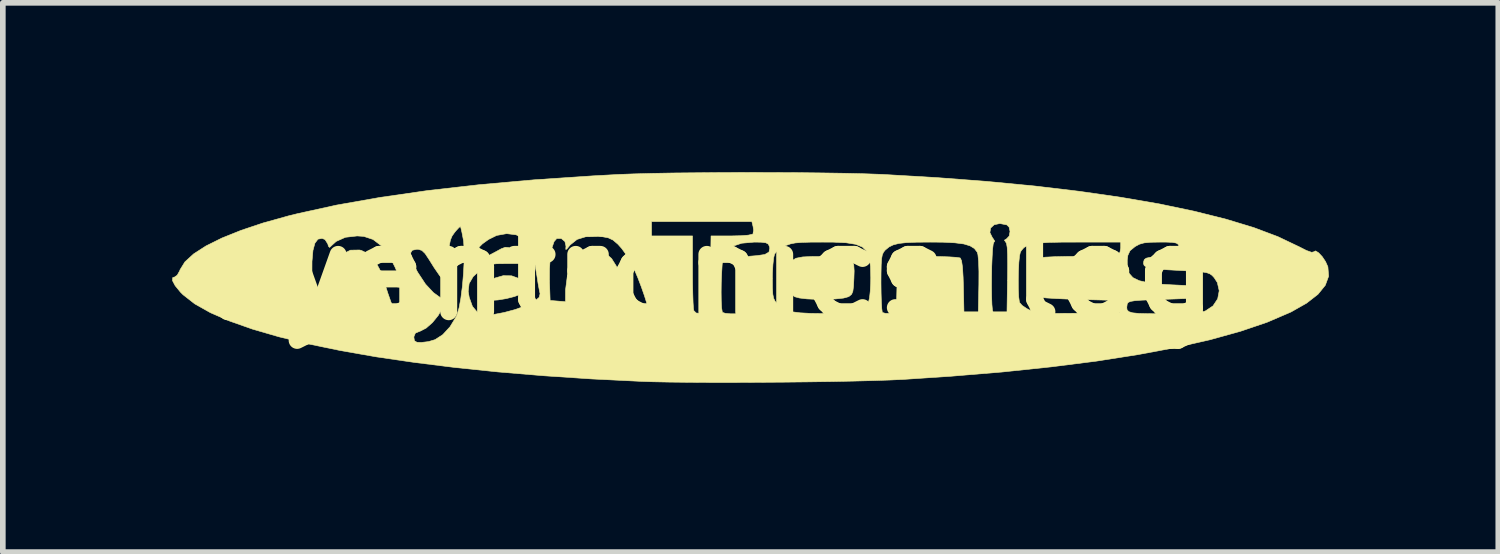
<source format=kicad_pcb>
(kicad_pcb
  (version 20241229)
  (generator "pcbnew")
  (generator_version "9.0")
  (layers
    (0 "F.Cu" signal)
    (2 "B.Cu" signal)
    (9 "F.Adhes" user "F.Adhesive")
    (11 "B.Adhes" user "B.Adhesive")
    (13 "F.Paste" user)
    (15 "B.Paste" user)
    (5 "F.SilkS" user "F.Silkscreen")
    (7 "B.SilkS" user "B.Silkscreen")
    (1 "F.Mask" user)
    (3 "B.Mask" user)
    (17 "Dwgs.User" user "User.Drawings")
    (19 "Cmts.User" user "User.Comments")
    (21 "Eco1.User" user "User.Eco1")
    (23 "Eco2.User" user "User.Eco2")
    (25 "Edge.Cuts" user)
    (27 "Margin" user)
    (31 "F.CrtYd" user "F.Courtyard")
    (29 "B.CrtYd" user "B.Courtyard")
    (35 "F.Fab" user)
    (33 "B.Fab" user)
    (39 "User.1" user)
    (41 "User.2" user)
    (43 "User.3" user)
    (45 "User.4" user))
  (footprint "nyantronics_logo"
    (layer "F.Cu")
    (at 10.232 1.782)
    (property "Reference" "nyantronics_logo" (at 0 0 0) (layer "F.SilkS") (effects (font (size 1.524 1.524) (thickness 0.3))))
    (attr through_hole)
    (fp_poly (pts (xy -4.221 0.053) (xy -4.098 0.098) (xy -4.077 0.113) (xy -4.04 0.183) (xy -4.035 0.269) (xy -4.056 0.351) (xy -4.114 0.399) (xy -4.173 0.421) (xy -4.315 0.457) (xy -4.462 0.481) (xy -4.588 0.489) (xy -4.651 0.483) (xy -4.718 0.438) (xy -4.735 0.363) (xy -4.706 0.271) (xy -4.638 0.179) (xy -4.536 0.103) (xy -4.514 0.092) (xy -4.37 0.051) (xy -4.221 0.053)) (stroke (width 0.01) (type solid)) (fill yes) (layer "F.SilkS"))
    (fp_poly (pts (xy 1.5 -0.289) (xy 1.653 -0.28) (xy 1.754 -0.258) (xy 1.813 -0.213) (xy 1.84 -0.141) (xy 1.847 -0.033) (xy 1.843 0.091) (xy 1.836 0.236) (xy 1.824 0.327) (xy 1.802 0.38) (xy 1.765 0.412) (xy 1.742 0.425) (xy 1.657 0.448) (xy 1.52 0.463) (xy 1.353 0.47) (xy 1.176 0.47) (xy 1.01 0.462) (xy 0.876 0.446) (xy 0.798 0.425) (xy 0.751 0.395) (xy 0.723 0.351) (xy 0.707 0.276) (xy 0.699 0.152) (xy 0.697 0.108) (xy 0.694 -0.038) (xy 0.707 -0.144) (xy 0.745 -0.215) (xy 0.817 -0.258) (xy 0.935 -0.281) (xy 1.107 -0.289) (xy 1.285 -0.29) (xy 1.5 -0.289)) (stroke (width 0.01) (type solid)) (fill yes) (layer "F.SilkS"))
    (fp_poly (pts (xy 0.407 -1.776) (xy 0.851 -1.774) (xy 1.274 -1.769) (xy 1.663 -1.763) (xy 2.006 -1.755) (xy 2.292 -1.745) (xy 2.362 -1.742) (xy 3.302 -1.687) (xy 4.195 -1.619) (xy 5.039 -1.538) (xy 5.831 -1.444) (xy 6.568 -1.338) (xy 7.249 -1.221) (xy 7.87 -1.091) (xy 8.43 -0.951) (xy 8.925 -0.801) (xy 9.353 -0.64) (xy 9.712 -0.469) (xy 9.713 -0.469) (xy 9.859 -0.395) (xy 9.95 -0.363) (xy 9.988 -0.371) (xy 9.989 -0.373) (xy 10.02 -0.388) (xy 10.074 -0.354) (xy 10.138 -0.286) (xy 10.196 -0.199) (xy 10.238 -0.106) (xy 10.238 -0.104) (xy 10.251 0.06) (xy 10.192 0.221) (xy 10.062 0.381) (xy 9.86 0.538) (xy 9.588 0.692) (xy 9.562 0.704) (xy 9.161 0.876) (xy 8.689 1.036) (xy 8.149 1.186) (xy 7.542 1.324) (xy 6.869 1.45) (xy 6.134 1.565) (xy 5.336 1.666) (xy 4.479 1.756) (xy 3.563 1.832) (xy 2.721 1.888) (xy 2.484 1.899) (xy 2.185 1.909) (xy 1.836 1.918) (xy 1.448 1.926) (xy 1.032 1.932) (xy 0.599 1.937) (xy 0.161 1.94) (xy -0.271 1.942) (xy -0.686 1.942) (xy -1.073 1.94) (xy -1.421 1.936) (xy -1.719 1.93) (xy -1.923 1.923) (xy -2.8 1.88) (xy -3.643 1.824) (xy -4.449 1.757) (xy -5.214 1.678) (xy -5.937 1.588) (xy -6.614 1.489) (xy -7.243 1.379) (xy -7.82 1.26) (xy -8.343 1.133) (xy -8.808 0.998) (xy -9.214 0.855) (xy -9.556 0.706) (xy -9.833 0.55) (xy -10.04 0.388) (xy -10.085 0.343) (xy -10.18 0.227) (xy -10.227 0.138) (xy -10.223 0.085) (xy -10.185 0.073) (xy -10.165 0.058) (xy -7.757 0.058) (xy -7.757 0.065) (xy -7.747 0.49) (xy -7.62 0.49) (xy -7.535 0.484) (xy -7.503 0.456) (xy -7.503 0.399) (xy -7.498 0.255) (xy -7.461 0.082) (xy -7.401 -0.086) (xy -7.344 -0.193) (xy -7.22 -0.33) (xy -7.074 -0.401) (xy -6.914 -0.404) (xy -6.883 -0.397) (xy -6.755 -0.336) (xy -6.648 -0.225) (xy -6.555 -0.057) (xy -6.478 0.156) (xy -6.41 0.368) (xy -6.356 0.521) (xy -6.31 0.623) (xy -6.266 0.684) (xy -6.218 0.715) (xy -6.16 0.725) (xy -6.14 0.726) (xy -6.056 0.721) (xy -6.026 0.693) (xy -6.031 0.622) (xy -6.034 0.608) (xy -6.069 0.464) (xy -6.129 0.282) (xy -6.205 0.084) (xy -6.287 -0.104) (xy -6.365 -0.258) (xy -6.396 -0.309) (xy -6.423 -0.343) (xy -6.014 -0.343) (xy -5.998 -0.243) (xy -5.933 -0.097) (xy -5.881 -0.005) (xy -5.745 0.201) (xy -5.605 0.351) (xy -5.459 0.456) (xy -5.418 0.489) (xy -5.413 0.534) (xy -5.443 0.617) (xy -5.444 0.619) (xy -5.519 0.754) (xy -5.622 0.881) (xy -5.735 0.98) (xy -5.84 1.034) (xy -5.844 1.035) (xy -5.924 1.067) (xy -5.95 1.129) (xy -5.951 1.146) (xy -5.941 1.205) (xy -5.897 1.23) (xy -5.823 1.234) (xy -5.694 1.219) (xy -5.576 1.184) (xy -5.44 1.096) (xy -5.311 0.956) (xy -5.205 0.782) (xy -5.188 0.744) (xy -5.151 0.623) (xy -5.119 0.449) (xy -5.104 0.329) (xy -4.989 0.329) (xy -4.971 0.436) (xy -4.914 0.595) (xy -4.828 0.697) (xy -4.753 0.738) (xy -4.664 0.748) (xy -4.525 0.736) (xy -4.352 0.703) (xy -4.165 0.653) (xy -4.157 0.651) (xy -3.959 0.579) (xy -3.816 0.506) (xy -3.733 0.436) (xy -3.716 0.371) (xy -3.716 0.371) (xy -3.73 0.305) (xy -3.751 0.191) (xy -3.758 0.145) (xy -3.55 0.145) (xy -3.538 0.49) (xy -3.402 0.501) (xy -3.266 0.512) (xy -3.265 0.302) (xy -3.233 0.055) (xy -3.141 -0.16) (xy -3.032 -0.297) (xy -2.91 -0.386) (xy -2.778 -0.41) (xy -2.67 -0.392) (xy -2.549 -0.341) (xy -2.449 -0.252) (xy -2.363 -0.115) (xy -2.283 0.08) (xy -2.244 0.199) (xy -2.179 0.404) (xy -2.125 0.549) (xy -2.077 0.644) (xy -2.028 0.698) (xy -1.972 0.722) (xy -1.924 0.726) (xy -1.842 0.716) (xy -1.799 0.694) (xy -1.8 0.644) (xy -1.825 0.542) (xy -1.868 0.405) (xy -1.923 0.248) (xy -1.985 0.086) (xy -2.05 -0.066) (xy -2.096 -0.163) (xy -2.176 -0.301) (xy -2.27 -0.431) (xy -2.337 -0.506) (xy -2.424 -0.58) (xy -2.509 -0.62) (xy -2.622 -0.641) (xy -2.685 -0.646) (xy -2.897 -0.642) (xy -3.06 -0.592) (xy -3.182 -0.495) (xy -3.195 -0.479) (xy -3.244 -0.419) (xy -3.261 -0.415) (xy -3.258 -0.464) (xy -3.257 -0.47) (xy -3.276 -0.554) (xy -3.339 -0.607) (xy -3.421 -0.607) (xy -3.468 -0.553) (xy -3.507 -0.439) (xy -3.535 -0.276) (xy -3.549 -0.076) (xy -3.55 0.145) (xy -3.758 0.145) (xy -3.772 0.055) (xy -3.772 0.054) (xy -3.811 -0.175) (xy -3.851 -0.344) (xy -3.896 -0.466) (xy -3.952 -0.553) (xy -3.999 -0.6) (xy -4.14 -0.673) (xy -4.308 -0.694) (xy -4.485 -0.662) (xy -4.627 -0.592) (xy -4.736 -0.514) (xy -4.793 -0.457) (xy -4.808 -0.407) (xy -4.798 -0.366) (xy -4.761 -0.303) (xy -4.703 -0.285) (xy -4.611 -0.314) (xy -4.511 -0.367) (xy -4.403 -0.426) (xy -4.333 -0.452) (xy -4.278 -0.448) (xy -4.215 -0.42) (xy -4.128 -0.35) (xy -4.073 -0.264) (xy -4.038 -0.163) (xy -4.332 -0.163) (xy -4.484 -0.161) (xy -4.586 -0.15) (xy -4.661 -0.125) (xy -4.733 -0.081) (xy -4.765 -0.058) (xy -4.901 0.067) (xy -4.973 0.19) (xy -4.989 0.329) (xy -5.104 0.329) (xy -5.092 0.241) (xy -5.073 0.016) (xy -5.061 -0.205) (xy -5.06 -0.404) (xy -5.071 -0.562) (xy -5.077 -0.596) (xy -5.099 -0.711) (xy -5.118 -0.793) (xy -5.127 -0.821) (xy -5.153 -0.802) (xy -5.207 -0.743) (xy -5.23 -0.715) (xy -5.275 -0.651) (xy -5.304 -0.581) (xy -5.323 -0.486) (xy -5.336 -0.348) (xy -5.342 -0.244) (xy -5.352 -0.09) (xy -5.365 0.036) (xy -5.379 0.117) (xy -5.386 0.137) (xy -5.425 0.127) (xy -5.493 0.052) (xy -5.591 -0.09) (xy -5.681 -0.234) (xy -5.752 -0.341) (xy -5.809 -0.396) (xy -5.872 -0.416) (xy -5.899 -0.417) (xy -5.981 -0.399) (xy -6.014 -0.343) (xy -6.423 -0.343) (xy -6.532 -0.482) (xy -6.675 -0.591) (xy -6.838 -0.645) (xy -6.956 -0.653) (xy -7.165 -0.629) (xy -7.328 -0.556) (xy -7.404 -0.487) (xy -7.444 -0.449) (xy -7.465 -0.471) (xy -7.476 -0.512) (xy -7.525 -0.589) (xy -7.577 -0.61) (xy -7.65 -0.596) (xy -7.704 -0.525) (xy -7.739 -0.396) (xy -7.756 -0.202) (xy -7.757 0.058) (xy -10.165 0.058) (xy -10.143 0.042) (xy -10.1 -0.034) (xy -10.093 -0.054) (xy -10.007 -0.193) (xy -9.852 -0.335) (xy -9.633 -0.476) (xy -9.351 -0.616) (xy -9.012 -0.752) (xy -8.618 -0.884) (xy -8.533 -0.907) (xy -1.742 -0.907) (xy -1.742 -0.653) (xy -1.016 -0.653) (xy -1.016 -0.021) (xy -1.015 0.189) (xy -1.011 0.377) (xy -1.006 0.529) (xy -0.999 0.632) (xy -0.993 0.67) (xy -0.951 0.712) (xy -0.86 0.72) (xy -0.839 0.719) (xy -0.708 0.708) (xy -0.702 0.345) (xy -0.509 0.345) (xy -0.507 0.499) (xy -0.501 0.62) (xy -0.489 0.691) (xy -0.484 0.702) (xy -0.434 0.718) (xy -0.346 0.726) (xy -0.339 0.726) (xy -0.218 0.726) (xy -0.217 0.318) (xy -0.216 0.102) (xy 0.399 0.102) (xy 0.4 0.268) (xy 0.406 0.379) (xy 0.421 0.452) (xy 0.447 0.504) (xy 0.489 0.552) (xy 0.495 0.558) (xy 0.566 0.618) (xy 0.647 0.662) (xy 0.751 0.691) (xy 0.891 0.709) (xy 1.08 0.719) (xy 1.288 0.722) (xy 1.497 0.721) (xy 1.649 0.715) (xy 1.761 0.702) (xy 1.848 0.68) (xy 1.911 0.655) (xy 2.013 0.598) (xy 2.087 0.534) (xy 2.102 0.513) (xy 2.119 0.447) (xy 2.132 0.327) (xy 2.14 0.175) (xy 2.322 0.175) (xy 2.324 0.36) (xy 2.329 0.517) (xy 2.336 0.634) (xy 2.345 0.697) (xy 2.348 0.703) (xy 2.399 0.718) (xy 2.484 0.718) (xy 2.594 0.708) (xy 2.605 0.256) (xy 2.612 0.071) (xy 2.624 -0.083) (xy 2.639 -0.193) (xy 2.654 -0.243) (xy 2.694 -0.264) (xy 2.778 -0.278) (xy 2.915 -0.286) (xy 3.113 -0.29) (xy 3.189 -0.29) (xy 3.373 -0.288) (xy 3.533 -0.282) (xy 3.654 -0.274) (xy 3.721 -0.264) (xy 3.727 -0.261) (xy 3.749 -0.214) (xy 3.766 -0.101) (xy 3.777 0.08) (xy 3.782 0.237) (xy 3.792 0.708) (xy 4.046 0.708) (xy 4.056 0.208) (xy 4.057 -0.024) (xy 4.051 -0.204) (xy 4.039 -0.323) (xy 4.026 -0.366) (xy 3.977 -0.43) (xy 3.901 -0.477) (xy 3.79 -0.511) (xy 3.633 -0.531) (xy 3.421 -0.542) (xy 3.197 -0.544) (xy 2.954 -0.542) (xy 2.772 -0.535) (xy 2.638 -0.52) (xy 2.54 -0.495) (xy 2.466 -0.459) (xy 2.404 -0.408) (xy 2.396 -0.401) (xy 2.367 -0.365) (xy 2.346 -0.319) (xy 2.333 -0.25) (xy 2.326 -0.144) (xy 2.323 0.01) (xy 2.322 0.175) (xy 2.14 0.175) (xy 2.14 0.175) (xy 2.141 0.083) (xy 2.136 -0.116) (xy 2.115 -0.268) (xy 2.07 -0.38) (xy 1.993 -0.457) (xy 1.874 -0.505) (xy 1.706 -0.532) (xy 1.479 -0.543) (xy 1.288 -0.544) (xy 1.073 -0.543) (xy 0.916 -0.538) (xy 0.803 -0.529) (xy 0.719 -0.512) (xy 0.651 -0.488) (xy 0.617 -0.472) (xy 0.519 -0.411) (xy 0.449 -0.347) (xy 0.437 -0.329) (xy 0.421 -0.264) (xy 0.408 -0.145) (xy 0.4 0.006) (xy 0.399 0.102) (xy -0.216 0.102) (xy -0.216 0.096) (xy -0.208 -0.063) (xy -0.189 -0.171) (xy -0.151 -0.239) (xy -0.09 -0.276) (xy 0.000271 -0.294) (xy 0.126 -0.304) (xy 0.264 -0.324) (xy 0.338 -0.367) (xy 0.353 -0.437) (xy 0.346 -0.468) (xy 0.325 -0.509) (xy 0.282 -0.532) (xy 0.2 -0.542) (xy 0.079 -0.544) (xy -0.145 -0.524) (xy -0.318 -0.466) (xy -0.434 -0.371) (xy -0.462 -0.327) (xy -0.477 -0.261) (xy -0.491 -0.144) (xy -0.5 0.007) (xy -0.507 0.176) (xy -0.509 0.345) (xy -0.702 0.345) (xy -0.698 0.027) (xy -0.688 -0.653) (xy -0.328 -0.653) (xy -0.158 -0.657) (xy -0.029 -0.667) (xy 0.044 -0.683) (xy 0.056 -0.691) (xy 0.059 -0.713) (xy 4.251 -0.713) (xy 4.297 -0.62) (xy 4.305 -0.611) (xy 4.338 -0.56) (xy 4.324 -0.544) (xy 4.31 -0.51) (xy 4.299 -0.418) (xy 4.291 -0.282) (xy 4.284 -0.116) (xy 4.281 0.065) (xy 4.28 0.248) (xy 4.282 0.417) (xy 4.287 0.559) (xy 4.296 0.659) (xy 4.308 0.703) (xy 4.359 0.718) (xy 4.444 0.718) (xy 4.554 0.708) (xy 4.563 0.132) (xy 4.754 0.132) (xy 4.755 0.291) (xy 4.761 0.425) (xy 4.773 0.513) (xy 4.777 0.527) (xy 4.823 0.579) (xy 4.91 0.637) (xy 4.949 0.657) (xy 5.008 0.68) (xy 5.074 0.698) (xy 5.158 0.709) (xy 5.272 0.716) (xy 5.428 0.719) (xy 5.637 0.718) (xy 5.824 0.716) (xy 6.55 0.708) (xy 6.55 0.615) (xy 6.675 0.615) (xy 6.682 0.659) (xy 6.714 0.689) (xy 6.78 0.709) (xy 6.89 0.72) (xy 7.051 0.724) (xy 7.274 0.726) (xy 7.33 0.726) (xy 7.595 0.724) (xy 7.795 0.717) (xy 7.94 0.704) (xy 8.038 0.686) (xy 8.07 0.675) (xy 8.203 0.586) (xy 8.286 0.461) (xy 8.313 0.318) (xy 8.28 0.173) (xy 8.224 0.086) (xy 8.187 0.046) (xy 8.147 0.018) (xy 8.092 -0.002) (xy 8.008 -0.016) (xy 7.881 -0.026) (xy 7.7 -0.037) (xy 7.625 -0.041) (xy 7.389 -0.054) (xy 7.216 -0.067) (xy 7.098 -0.083) (xy 7.024 -0.102) (xy 6.985 -0.128) (xy 6.972 -0.162) (xy 6.974 -0.194) (xy 6.986 -0.234) (xy 7.02 -0.259) (xy 7.091 -0.275) (xy 7.214 -0.287) (xy 7.265 -0.29) (xy 7.438 -0.308) (xy 7.548 -0.336) (xy 7.602 -0.379) (xy 7.61 -0.441) (xy 7.603 -0.468) (xy 7.585 -0.505) (xy 7.551 -0.527) (xy 7.484 -0.539) (xy 7.37 -0.544) (xy 7.26 -0.544) (xy 7.096 -0.541) (xy 6.983 -0.53) (xy 6.901 -0.507) (xy 6.828 -0.468) (xy 6.818 -0.461) (xy 6.733 -0.391) (xy 6.695 -0.309) (xy 6.684 -0.227) (xy 6.685 -0.094) (xy 6.716 0.008) (xy 6.784 0.085) (xy 6.897 0.14) (xy 7.062 0.177) (xy 7.286 0.202) (xy 7.472 0.213) (xy 7.965 0.236) (xy 7.976 0.336) (xy 7.981 0.41) (xy 7.976 0.442) (xy 7.938 0.446) (xy 7.839 0.451) (xy 7.692 0.457) (xy 7.507 0.464) (xy 7.33 0.47) (xy 7.1 0.478) (xy 6.933 0.485) (xy 6.818 0.494) (xy 6.745 0.506) (xy 6.705 0.522) (xy 6.687 0.542) (xy 6.683 0.555) (xy 6.675 0.615) (xy 6.55 0.615) (xy 6.55 0.49) (xy 5.842 0.472) (xy 5.621 0.465) (xy 5.423 0.456) (xy 5.261 0.446) (xy 5.146 0.435) (xy 5.091 0.425) (xy 5.089 0.424) (xy 5.066 0.374) (xy 5.05 0.273) (xy 5.043 0.142) (xy 5.044 0.003) (xy 5.054 -0.123) (xy 5.071 -0.215) (xy 5.087 -0.247) (xy 5.133 -0.264) (xy 5.233 -0.277) (xy 5.394 -0.285) (xy 5.618 -0.29) (xy 5.792 -0.29) (xy 6.007 -0.291) (xy 6.199 -0.295) (xy 6.356 -0.3) (xy 6.464 -0.306) (xy 6.51 -0.312) (xy 6.555 -0.364) (xy 6.568 -0.439) (xy 6.568 -0.544) (xy 5.804 -0.544) (xy 5.517 -0.543) (xy 5.294 -0.538) (xy 5.125 -0.527) (xy 5.001 -0.509) (xy 4.914 -0.483) (xy 4.853 -0.446) (xy 4.81 -0.397) (xy 4.791 -0.365) (xy 4.776 -0.3) (xy 4.764 -0.183) (xy 4.757 -0.032) (xy 4.754 0.132) (xy 4.563 0.132) (xy 4.564 0.093) (xy 4.566 -0.149) (xy 4.564 -0.327) (xy 4.558 -0.447) (xy 4.546 -0.519) (xy 4.529 -0.549) (xy 4.508 -0.578) (xy 4.546 -0.601) (xy 4.593 -0.651) (xy 4.608 -0.732) (xy 4.591 -0.81) (xy 4.551 -0.849) (xy 4.427 -0.873) (xy 4.327 -0.851) (xy 4.265 -0.794) (xy 4.251 -0.713) (xy 0.059 -0.713) (xy 0.066 -0.754) (xy 0.057 -0.818) (xy 0.035 -0.907) (xy -1.742 -0.907) (xy -8.533 -0.907) (xy -8.173 -1.008) (xy -8.019 -1.046) (xy -7.318 -1.2) (xy -6.546 -1.336) (xy -5.706 -1.457) (xy -4.798 -1.56) (xy -3.823 -1.647) (xy -2.782 -1.717) (xy -2.326 -1.742) (xy -2.059 -1.752) (xy -1.731 -1.761) (xy -1.354 -1.768) (xy -0.94 -1.772) (xy -0.501 -1.776) (xy -0.048 -1.777) (xy 0.407 -1.776)) (stroke (width 0.01) (type solid)) (fill yes) (layer "F.SilkS")))
  (gr_rect
    (start -3 -3)
    (end 23.488 6.729)
    (stroke (width 0.1) (type default))
    (fill no)
    (layer "Edge.Cuts")))
</source>
